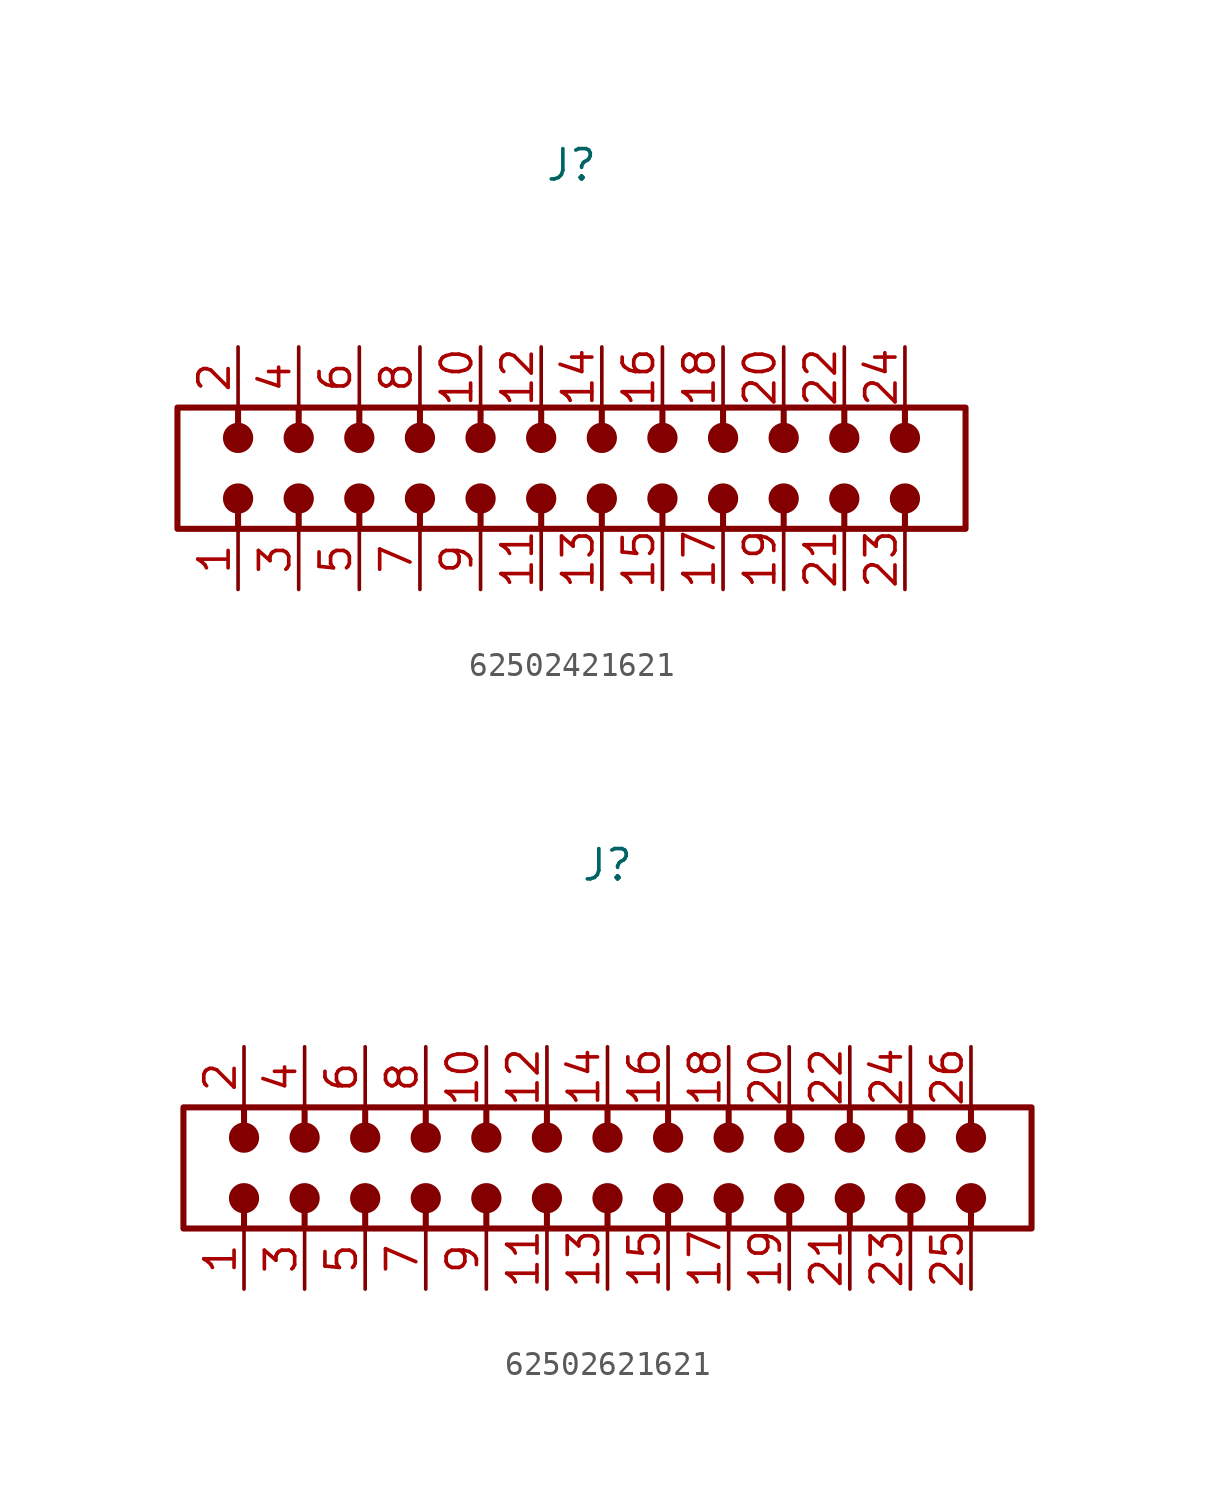
<source format=kicad_sym>
(kicad_symbol_lib
  (version 20241209)
  (generator "kicad_symbol_editor")
  (generator_version "9.0")
  (symbol "62502421621"
    (pin_names
      (hide yes))
    (property "Reference" "J"
      (at 0 12.7 0)
      (effects (font (size 1.27 1.27))))
    (symbol "62502421621_1_1"
      (rectangle (start -16.51 2.54) (end 16.51 -2.54) (stroke (width 0.254) (type solid)) (fill (type none)))
      (polyline (pts (xy -13.97 1.778) (xy -13.97 2.54)) (stroke (width 0.254) (type solid)) (fill (type none)))
      (circle (center -13.97 1.27) (radius 0.508) (stroke (width 0.254) (type solid)) (fill (type outline)))
      (circle (center -13.97 -1.27) (radius 0.508) (stroke (width 0.254) (type solid)) (fill (type outline)))
      (polyline (pts (xy -13.97 -1.778) (xy -13.97 -2.54)) (stroke (width 0.254) (type solid)) (fill (type none)))
      (polyline (pts (xy -11.43 1.778) (xy -11.43 2.54)) (stroke (width 0.254) (type solid)) (fill (type none)))
      (circle (center -11.43 1.27) (radius 0.508) (stroke (width 0.254) (type solid)) (fill (type outline)))
      (circle (center -11.43 -1.27) (radius 0.508) (stroke (width 0.254) (type solid)) (fill (type outline)))
      (polyline (pts (xy -11.43 -1.778) (xy -11.43 -2.54)) (stroke (width 0.254) (type solid)) (fill (type none)))
      (polyline (pts (xy -8.89 1.778) (xy -8.89 2.54)) (stroke (width 0.254) (type solid)) (fill (type none)))
      (circle (center -8.89 1.27) (radius 0.508) (stroke (width 0.254) (type solid)) (fill (type outline)))
      (circle (center -8.89 -1.27) (radius 0.508) (stroke (width 0.254) (type solid)) (fill (type outline)))
      (polyline (pts (xy -8.89 -1.778) (xy -8.89 -2.54)) (stroke (width 0.254) (type solid)) (fill (type none)))
      (polyline (pts (xy -6.35 1.778) (xy -6.35 2.54)) (stroke (width 0.254) (type solid)) (fill (type none)))
      (circle (center -6.35 1.27) (radius 0.508) (stroke (width 0.254) (type solid)) (fill (type outline)))
      (circle (center -6.35 -1.27) (radius 0.508) (stroke (width 0.254) (type solid)) (fill (type outline)))
      (polyline (pts (xy -6.35 -1.778) (xy -6.35 -2.54)) (stroke (width 0.254) (type solid)) (fill (type none)))
      (polyline (pts (xy -3.81 1.778) (xy -3.81 2.54)) (stroke (width 0.254) (type solid)) (fill (type none)))
      (circle (center -3.81 1.27) (radius 0.508) (stroke (width 0.254) (type solid)) (fill (type outline)))
      (circle (center -3.81 -1.27) (radius 0.508) (stroke (width 0.254) (type solid)) (fill (type outline)))
      (polyline (pts (xy -3.81 -1.778) (xy -3.81 -2.54)) (stroke (width 0.254) (type solid)) (fill (type none)))
      (polyline (pts (xy -1.27 1.778) (xy -1.27 2.54)) (stroke (width 0.254) (type solid)) (fill (type none)))
      (circle (center -1.27 1.27) (radius 0.508) (stroke (width 0.254) (type solid)) (fill (type outline)))
      (circle (center -1.27 -1.27) (radius 0.508) (stroke (width 0.254) (type solid)) (fill (type outline)))
      (polyline (pts (xy -1.27 -1.778) (xy -1.27 -2.54)) (stroke (width 0.254) (type solid)) (fill (type none)))
      (polyline (pts (xy 1.27 1.778) (xy 1.27 2.54)) (stroke (width 0.254) (type solid)) (fill (type none)))
      (circle (center 1.27 1.27) (radius 0.508) (stroke (width 0.254) (type solid)) (fill (type outline)))
      (circle (center 1.27 -1.27) (radius 0.508) (stroke (width 0.254) (type solid)) (fill (type outline)))
      (polyline (pts (xy 1.27 -1.778) (xy 1.27 -2.54)) (stroke (width 0.254) (type solid)) (fill (type none)))
      (polyline (pts (xy 3.81 1.778) (xy 3.81 2.54)) (stroke (width 0.254) (type solid)) (fill (type none)))
      (circle (center 3.81 1.27) (radius 0.508) (stroke (width 0.254) (type solid)) (fill (type outline)))
      (circle (center 3.81 -1.27) (radius 0.508) (stroke (width 0.254) (type solid)) (fill (type outline)))
      (polyline (pts (xy 3.81 -1.778) (xy 3.81 -2.54)) (stroke (width 0.254) (type solid)) (fill (type none)))
      (polyline (pts (xy 6.35 1.778) (xy 6.35 2.54)) (stroke (width 0.254) (type solid)) (fill (type none)))
      (circle (center 6.35 1.27) (radius 0.508) (stroke (width 0.254) (type solid)) (fill (type outline)))
      (circle (center 6.35 -1.27) (radius 0.508) (stroke (width 0.254) (type solid)) (fill (type outline)))
      (polyline (pts (xy 6.35 -1.778) (xy 6.35 -2.54)) (stroke (width 0.254) (type solid)) (fill (type none)))
      (polyline (pts (xy 8.89 1.778) (xy 8.89 2.54)) (stroke (width 0.254) (type solid)) (fill (type none)))
      (circle (center 8.89 1.27) (radius 0.508) (stroke (width 0.254) (type solid)) (fill (type outline)))
      (circle (center 8.89 -1.27) (radius 0.508) (stroke (width 0.254) (type solid)) (fill (type outline)))
      (polyline (pts (xy 8.89 -1.778) (xy 8.89 -2.54)) (stroke (width 0.254) (type solid)) (fill (type none)))
      (polyline (pts (xy 11.43 1.778) (xy 11.43 2.54)) (stroke (width 0.254) (type solid)) (fill (type none)))
      (circle (center 11.43 1.27) (radius 0.508) (stroke (width 0.254) (type solid)) (fill (type outline)))
      (circle (center 11.43 -1.27) (radius 0.508) (stroke (width 0.254) (type solid)) (fill (type outline)))
      (polyline (pts (xy 11.43 -1.778) (xy 11.43 -2.54)) (stroke (width 0.254) (type solid)) (fill (type none)))
      (polyline (pts (xy 13.97 1.778) (xy 13.97 2.54)) (stroke (width 0.254) (type solid)) (fill (type none)))
      (circle (center 13.97 1.27) (radius 0.508) (stroke (width 0.254) (type solid)) (fill (type outline)))
      (circle (center 13.97 -1.27) (radius 0.508) (stroke (width 0.254) (type solid)) (fill (type outline)))
      (polyline (pts (xy 13.97 -1.778) (xy 13.97 -2.54)) (stroke (width 0.254) (type solid)) (fill (type none)))
      (pin passive line (at -13.97 5.08 270) (length 2.54) (name "2" (effects (font (size 1.27 1.27)))) (number "2" (effects (font (size 1.27 1.27)))))
      (pin passive line (at -13.97 -5.08 90) (length 2.54) (name "1" (effects (font (size 1.27 1.27)))) (number "1" (effects (font (size 1.27 1.27)))))
      (pin passive line (at -11.43 5.08 270) (length 2.54) (name "4" (effects (font (size 1.27 1.27)))) (number "4" (effects (font (size 1.27 1.27)))))
      (pin passive line (at -11.43 -5.08 90) (length 2.54) (name "3" (effects (font (size 1.27 1.27)))) (number "3" (effects (font (size 1.27 1.27)))))
      (pin passive line (at -8.89 5.08 270) (length 2.54) (name "6" (effects (font (size 1.27 1.27)))) (number "6" (effects (font (size 1.27 1.27)))))
      (pin passive line (at -8.89 -5.08 90) (length 2.54) (name "5" (effects (font (size 1.27 1.27)))) (number "5" (effects (font (size 1.27 1.27)))))
      (pin passive line (at -6.35 5.08 270) (length 2.54) (name "8" (effects (font (size 1.27 1.27)))) (number "8" (effects (font (size 1.27 1.27)))))
      (pin passive line (at -6.35 -5.08 90) (length 2.54) (name "7" (effects (font (size 1.27 1.27)))) (number "7" (effects (font (size 1.27 1.27)))))
      (pin passive line (at -3.81 5.08 270) (length 2.54) (name "10" (effects (font (size 1.27 1.27)))) (number "10" (effects (font (size 1.27 1.27)))))
      (pin passive line (at -3.81 -5.08 90) (length 2.54) (name "9" (effects (font (size 1.27 1.27)))) (number "9" (effects (font (size 1.27 1.27)))))
      (pin passive line (at -1.27 5.08 270) (length 2.54) (name "12" (effects (font (size 1.27 1.27)))) (number "12" (effects (font (size 1.27 1.27)))))
      (pin passive line (at -1.27 -5.08 90) (length 2.54) (name "11" (effects (font (size 1.27 1.27)))) (number "11" (effects (font (size 1.27 1.27)))))
      (pin passive line (at 1.27 5.08 270) (length 2.54) (name "14" (effects (font (size 1.27 1.27)))) (number "14" (effects (font (size 1.27 1.27)))))
      (pin passive line (at 1.27 -5.08 90) (length 2.54) (name "13" (effects (font (size 1.27 1.27)))) (number "13" (effects (font (size 1.27 1.27)))))
      (pin passive line (at 3.81 5.08 270) (length 2.54) (name "16" (effects (font (size 1.27 1.27)))) (number "16" (effects (font (size 1.27 1.27)))))
      (pin passive line (at 3.81 -5.08 90) (length 2.54) (name "15" (effects (font (size 1.27 1.27)))) (number "15" (effects (font (size 1.27 1.27)))))
      (pin passive line (at 6.35 5.08 270) (length 2.54) (name "18" (effects (font (size 1.27 1.27)))) (number "18" (effects (font (size 1.27 1.27)))))
      (pin passive line (at 6.35 -5.08 90) (length 2.54) (name "17" (effects (font (size 1.27 1.27)))) (number "17" (effects (font (size 1.27 1.27)))))
      (pin passive line (at 8.89 5.08 270) (length 2.54) (name "20" (effects (font (size 1.27 1.27)))) (number "20" (effects (font (size 1.27 1.27)))))
      (pin passive line (at 8.89 -5.08 90) (length 2.54) (name "19" (effects (font (size 1.27 1.27)))) (number "19" (effects (font (size 1.27 1.27)))))
      (pin passive line (at 11.43 5.08 270) (length 2.54) (name "22" (effects (font (size 1.27 1.27)))) (number "22" (effects (font (size 1.27 1.27)))))
      (pin passive line (at 11.43 -5.08 90) (length 2.54) (name "21" (effects (font (size 1.27 1.27)))) (number "21" (effects (font (size 1.27 1.27)))))
      (pin passive line (at 13.97 5.08 270) (length 2.54) (name "24" (effects (font (size 1.27 1.27)))) (number "24" (effects (font (size 1.27 1.27)))))
      (pin passive line (at 13.97 -5.08 90) (length 2.54) (name "23" (effects (font (size 1.27 1.27)))) (number "23" (effects (font (size 1.27 1.27)))))))
  (symbol "62502621621"
    (pin_names
      (hide yes))
    (property "Reference" "J"
      (at 0 12.7 0)
      (effects (font (size 1.27 1.27))))
    (symbol "62502621621_1_1"
      (rectangle (start -17.78 2.54) (end 17.78 -2.54) (stroke (width 0.254) (type solid)) (fill (type none)))
      (polyline (pts (xy -15.24 1.778) (xy -15.24 2.54)) (stroke (width 0.254) (type solid)) (fill (type none)))
      (circle (center -15.24 1.27) (radius 0.508) (stroke (width 0.254) (type solid)) (fill (type outline)))
      (circle (center -15.24 -1.27) (radius 0.508) (stroke (width 0.254) (type solid)) (fill (type outline)))
      (polyline (pts (xy -15.24 -1.778) (xy -15.24 -2.54)) (stroke (width 0.254) (type solid)) (fill (type none)))
      (polyline (pts (xy -12.7 1.778) (xy -12.7 2.54)) (stroke (width 0.254) (type solid)) (fill (type none)))
      (circle (center -12.7 1.27) (radius 0.508) (stroke (width 0.254) (type solid)) (fill (type outline)))
      (circle (center -12.7 -1.27) (radius 0.508) (stroke (width 0.254) (type solid)) (fill (type outline)))
      (polyline (pts (xy -12.7 -1.778) (xy -12.7 -2.54)) (stroke (width 0.254) (type solid)) (fill (type none)))
      (polyline (pts (xy -10.16 1.778) (xy -10.16 2.54)) (stroke (width 0.254) (type solid)) (fill (type none)))
      (circle (center -10.16 1.27) (radius 0.508) (stroke (width 0.254) (type solid)) (fill (type outline)))
      (circle (center -10.16 -1.27) (radius 0.508) (stroke (width 0.254) (type solid)) (fill (type outline)))
      (polyline (pts (xy -10.16 -1.778) (xy -10.16 -2.54)) (stroke (width 0.254) (type solid)) (fill (type none)))
      (polyline (pts (xy -7.62 1.778) (xy -7.62 2.54)) (stroke (width 0.254) (type solid)) (fill (type none)))
      (circle (center -7.62 1.27) (radius 0.508) (stroke (width 0.254) (type solid)) (fill (type outline)))
      (circle (center -7.62 -1.27) (radius 0.508) (stroke (width 0.254) (type solid)) (fill (type outline)))
      (polyline (pts (xy -7.62 -1.778) (xy -7.62 -2.54)) (stroke (width 0.254) (type solid)) (fill (type none)))
      (polyline (pts (xy -5.08 1.778) (xy -5.08 2.54)) (stroke (width 0.254) (type solid)) (fill (type none)))
      (circle (center -5.08 1.27) (radius 0.508) (stroke (width 0.254) (type solid)) (fill (type outline)))
      (circle (center -5.08 -1.27) (radius 0.508) (stroke (width 0.254) (type solid)) (fill (type outline)))
      (polyline (pts (xy -5.08 -1.778) (xy -5.08 -2.54)) (stroke (width 0.254) (type solid)) (fill (type none)))
      (polyline (pts (xy -2.54 1.778) (xy -2.54 2.54)) (stroke (width 0.254) (type solid)) (fill (type none)))
      (circle (center -2.54 1.27) (radius 0.508) (stroke (width 0.254) (type solid)) (fill (type outline)))
      (circle (center -2.54 -1.27) (radius 0.508) (stroke (width 0.254) (type solid)) (fill (type outline)))
      (polyline (pts (xy -2.54 -1.778) (xy -2.54 -2.54)) (stroke (width 0.254) (type solid)) (fill (type none)))
      (polyline (pts (xy 0 1.778) (xy 0 2.54)) (stroke (width 0.254) (type solid)) (fill (type none)))
      (circle (center 0 1.27) (radius 0.508) (stroke (width 0.254) (type solid)) (fill (type outline)))
      (circle (center 0 -1.27) (radius 0.508) (stroke (width 0.254) (type solid)) (fill (type outline)))
      (polyline (pts (xy 0 -1.778) (xy 0 -2.54)) (stroke (width 0.254) (type solid)) (fill (type none)))
      (polyline (pts (xy 2.54 1.778) (xy 2.54 2.54)) (stroke (width 0.254) (type solid)) (fill (type none)))
      (circle (center 2.54 1.27) (radius 0.508) (stroke (width 0.254) (type solid)) (fill (type outline)))
      (circle (center 2.54 -1.27) (radius 0.508) (stroke (width 0.254) (type solid)) (fill (type outline)))
      (polyline (pts (xy 2.54 -1.778) (xy 2.54 -2.54)) (stroke (width 0.254) (type solid)) (fill (type none)))
      (polyline (pts (xy 5.08 1.778) (xy 5.08 2.54)) (stroke (width 0.254) (type solid)) (fill (type none)))
      (circle (center 5.08 1.27) (radius 0.508) (stroke (width 0.254) (type solid)) (fill (type outline)))
      (circle (center 5.08 -1.27) (radius 0.508) (stroke (width 0.254) (type solid)) (fill (type outline)))
      (polyline (pts (xy 5.08 -1.778) (xy 5.08 -2.54)) (stroke (width 0.254) (type solid)) (fill (type none)))
      (polyline (pts (xy 7.62 1.778) (xy 7.62 2.54)) (stroke (width 0.254) (type solid)) (fill (type none)))
      (circle (center 7.62 1.27) (radius 0.508) (stroke (width 0.254) (type solid)) (fill (type outline)))
      (circle (center 7.62 -1.27) (radius 0.508) (stroke (width 0.254) (type solid)) (fill (type outline)))
      (polyline (pts (xy 7.62 -1.778) (xy 7.62 -2.54)) (stroke (width 0.254) (type solid)) (fill (type none)))
      (polyline (pts (xy 10.16 1.778) (xy 10.16 2.54)) (stroke (width 0.254) (type solid)) (fill (type none)))
      (circle (center 10.16 1.27) (radius 0.508) (stroke (width 0.254) (type solid)) (fill (type outline)))
      (circle (center 10.16 -1.27) (radius 0.508) (stroke (width 0.254) (type solid)) (fill (type outline)))
      (polyline (pts (xy 10.16 -1.778) (xy 10.16 -2.54)) (stroke (width 0.254) (type solid)) (fill (type none)))
      (polyline (pts (xy 12.7 1.778) (xy 12.7 2.54)) (stroke (width 0.254) (type solid)) (fill (type none)))
      (circle (center 12.7 1.27) (radius 0.508) (stroke (width 0.254) (type solid)) (fill (type outline)))
      (circle (center 12.7 -1.27) (radius 0.508) (stroke (width 0.254) (type solid)) (fill (type outline)))
      (polyline (pts (xy 12.7 -1.778) (xy 12.7 -2.54)) (stroke (width 0.254) (type solid)) (fill (type none)))
      (polyline (pts (xy 15.24 1.778) (xy 15.24 2.54)) (stroke (width 0.254) (type solid)) (fill (type none)))
      (circle (center 15.24 1.27) (radius 0.508) (stroke (width 0.254) (type solid)) (fill (type outline)))
      (circle (center 15.24 -1.27) (radius 0.508) (stroke (width 0.254) (type solid)) (fill (type outline)))
      (polyline (pts (xy 15.24 -1.778) (xy 15.24 -2.54)) (stroke (width 0.254) (type solid)) (fill (type none)))
      (pin passive line (at -15.24 5.08 270) (length 2.54) (name "2" (effects (font (size 1.27 1.27)))) (number "2" (effects (font (size 1.27 1.27)))))
      (pin passive line (at -15.24 -5.08 90) (length 2.54) (name "1" (effects (font (size 1.27 1.27)))) (number "1" (effects (font (size 1.27 1.27)))))
      (pin passive line (at -12.7 5.08 270) (length 2.54) (name "4" (effects (font (size 1.27 1.27)))) (number "4" (effects (font (size 1.27 1.27)))))
      (pin passive line (at -12.7 -5.08 90) (length 2.54) (name "3" (effects (font (size 1.27 1.27)))) (number "3" (effects (font (size 1.27 1.27)))))
      (pin passive line (at -10.16 5.08 270) (length 2.54) (name "6" (effects (font (size 1.27 1.27)))) (number "6" (effects (font (size 1.27 1.27)))))
      (pin passive line (at -10.16 -5.08 90) (length 2.54) (name "5" (effects (font (size 1.27 1.27)))) (number "5" (effects (font (size 1.27 1.27)))))
      (pin passive line (at -7.62 5.08 270) (length 2.54) (name "8" (effects (font (size 1.27 1.27)))) (number "8" (effects (font (size 1.27 1.27)))))
      (pin passive line (at -7.62 -5.08 90) (length 2.54) (name "7" (effects (font (size 1.27 1.27)))) (number "7" (effects (font (size 1.27 1.27)))))
      (pin passive line (at -5.08 5.08 270) (length 2.54) (name "10" (effects (font (size 1.27 1.27)))) (number "10" (effects (font (size 1.27 1.27)))))
      (pin passive line (at -5.08 -5.08 90) (length 2.54) (name "9" (effects (font (size 1.27 1.27)))) (number "9" (effects (font (size 1.27 1.27)))))
      (pin passive line (at -2.54 5.08 270) (length 2.54) (name "12" (effects (font (size 1.27 1.27)))) (number "12" (effects (font (size 1.27 1.27)))))
      (pin passive line (at -2.54 -5.08 90) (length 2.54) (name "11" (effects (font (size 1.27 1.27)))) (number "11" (effects (font (size 1.27 1.27)))))
      (pin passive line (at 0 5.08 270) (length 2.54) (name "14" (effects (font (size 1.27 1.27)))) (number "14" (effects (font (size 1.27 1.27)))))
      (pin passive line (at 0 -5.08 90) (length 2.54) (name "13" (effects (font (size 1.27 1.27)))) (number "13" (effects (font (size 1.27 1.27)))))
      (pin passive line (at 2.54 5.08 270) (length 2.54) (name "16" (effects (font (size 1.27 1.27)))) (number "16" (effects (font (size 1.27 1.27)))))
      (pin passive line (at 2.54 -5.08 90) (length 2.54) (name "15" (effects (font (size 1.27 1.27)))) (number "15" (effects (font (size 1.27 1.27)))))
      (pin passive line (at 5.08 5.08 270) (length 2.54) (name "18" (effects (font (size 1.27 1.27)))) (number "18" (effects (font (size 1.27 1.27)))))
      (pin passive line (at 5.08 -5.08 90) (length 2.54) (name "17" (effects (font (size 1.27 1.27)))) (number "17" (effects (font (size 1.27 1.27)))))
      (pin passive line (at 7.62 5.08 270) (length 2.54) (name "20" (effects (font (size 1.27 1.27)))) (number "20" (effects (font (size 1.27 1.27)))))
      (pin passive line (at 7.62 -5.08 90) (length 2.54) (name "19" (effects (font (size 1.27 1.27)))) (number "19" (effects (font (size 1.27 1.27)))))
      (pin passive line (at 10.16 5.08 270) (length 2.54) (name "22" (effects (font (size 1.27 1.27)))) (number "22" (effects (font (size 1.27 1.27)))))
      (pin passive line (at 10.16 -5.08 90) (length 2.54) (name "21" (effects (font (size 1.27 1.27)))) (number "21" (effects (font (size 1.27 1.27)))))
      (pin passive line (at 12.7 5.08 270) (length 2.54) (name "24" (effects (font (size 1.27 1.27)))) (number "24" (effects (font (size 1.27 1.27)))))
      (pin passive line (at 12.7 -5.08 90) (length 2.54) (name "23" (effects (font (size 1.27 1.27)))) (number "23" (effects (font (size 1.27 1.27)))))
      (pin passive line (at 15.24 5.08 270) (length 2.54) (name "26" (effects (font (size 1.27 1.27)))) (number "26" (effects (font (size 1.27 1.27)))))
      (pin passive line (at 15.24 -5.08 90) (length 2.54) (name "25" (effects (font (size 1.27 1.27)))) (number "25" (effects (font (size 1.27 1.27))))))))
</source>
